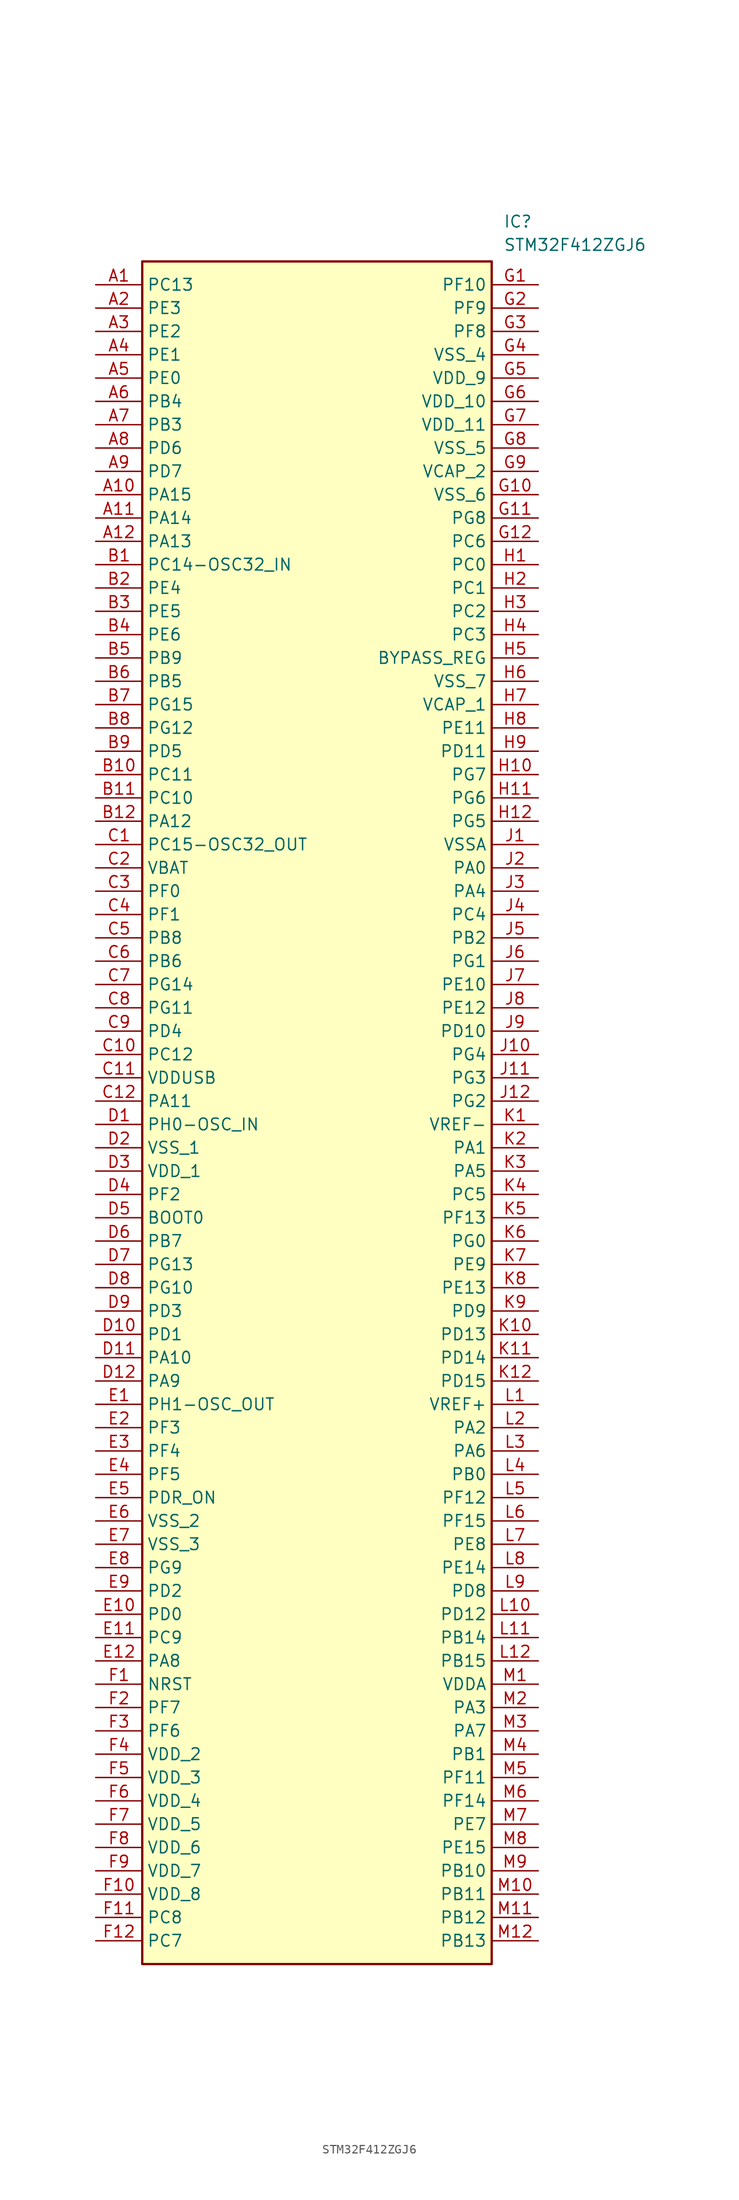
<source format=kicad_sym>
(kicad_symbol_lib
  (version 20211014)
  (generator SamacSys_ECAD_Model)
  (symbol "STM32F412ZGJ6"
    (property "Reference" "IC"
      (at 44.45 7.62 0)
      (effects (font (size 1.27 1.27)) (justify left top)))
    (property "Value" "STM32F412ZGJ6"
      (at 44.45 5.08 0)
      (effects (font (size 1.27 1.27)) (justify left top)))
    (rectangle
      (start 5.08 2.54)
      (end 43.18 -182.88)
      (stroke (width 0.254) (type default))
      (fill (type background)))
    (pin passive line
      (at 0 0 0)
      (length 5.08)
      (name "PC13" (effects (font (size 1.27 1.27))))
      (number "A1" (effects (font (size 1.27 1.27)))))
    (pin passive line
      (at 0 -2.54 0)
      (length 5.08)
      (name "PE3" (effects (font (size 1.27 1.27))))
      (number "A2" (effects (font (size 1.27 1.27)))))
    (pin passive line
      (at 0 -5.08 0)
      (length 5.08)
      (name "PE2" (effects (font (size 1.27 1.27))))
      (number "A3" (effects (font (size 1.27 1.27)))))
    (pin passive line
      (at 0 -7.62 0)
      (length 5.08)
      (name "PE1" (effects (font (size 1.27 1.27))))
      (number "A4" (effects (font (size 1.27 1.27)))))
    (pin passive line
      (at 0 -10.16 0)
      (length 5.08)
      (name "PE0" (effects (font (size 1.27 1.27))))
      (number "A5" (effects (font (size 1.27 1.27)))))
    (pin passive line
      (at 0 -12.7 0)
      (length 5.08)
      (name "PB4" (effects (font (size 1.27 1.27))))
      (number "A6" (effects (font (size 1.27 1.27)))))
    (pin passive line
      (at 0 -15.24 0)
      (length 5.08)
      (name "PB3" (effects (font (size 1.27 1.27))))
      (number "A7" (effects (font (size 1.27 1.27)))))
    (pin passive line
      (at 0 -17.78 0)
      (length 5.08)
      (name "PD6" (effects (font (size 1.27 1.27))))
      (number "A8" (effects (font (size 1.27 1.27)))))
    (pin passive line
      (at 0 -20.32 0)
      (length 5.08)
      (name "PD7" (effects (font (size 1.27 1.27))))
      (number "A9" (effects (font (size 1.27 1.27)))))
    (pin passive line
      (at 0 -22.86 0)
      (length 5.08)
      (name "PA15" (effects (font (size 1.27 1.27))))
      (number "A10" (effects (font (size 1.27 1.27)))))
    (pin passive line
      (at 0 -25.4 0)
      (length 5.08)
      (name "PA14" (effects (font (size 1.27 1.27))))
      (number "A11" (effects (font (size 1.27 1.27)))))
    (pin passive line
      (at 0 -27.94 0)
      (length 5.08)
      (name "PA13" (effects (font (size 1.27 1.27))))
      (number "A12" (effects (font (size 1.27 1.27)))))
    (pin passive line
      (at 0 -30.48 0)
      (length 5.08)
      (name "PC14-OSC32_IN" (effects (font (size 1.27 1.27))))
      (number "B1" (effects (font (size 1.27 1.27)))))
    (pin passive line
      (at 0 -33.02 0)
      (length 5.08)
      (name "PE4" (effects (font (size 1.27 1.27))))
      (number "B2" (effects (font (size 1.27 1.27)))))
    (pin passive line
      (at 0 -35.56 0)
      (length 5.08)
      (name "PE5" (effects (font (size 1.27 1.27))))
      (number "B3" (effects (font (size 1.27 1.27)))))
    (pin passive line
      (at 0 -38.1 0)
      (length 5.08)
      (name "PE6" (effects (font (size 1.27 1.27))))
      (number "B4" (effects (font (size 1.27 1.27)))))
    (pin passive line
      (at 0 -40.64 0)
      (length 5.08)
      (name "PB9" (effects (font (size 1.27 1.27))))
      (number "B5" (effects (font (size 1.27 1.27)))))
    (pin passive line
      (at 0 -43.18 0)
      (length 5.08)
      (name "PB5" (effects (font (size 1.27 1.27))))
      (number "B6" (effects (font (size 1.27 1.27)))))
    (pin passive line
      (at 0 -45.72 0)
      (length 5.08)
      (name "PG15" (effects (font (size 1.27 1.27))))
      (number "B7" (effects (font (size 1.27 1.27)))))
    (pin passive line
      (at 0 -48.26 0)
      (length 5.08)
      (name "PG12" (effects (font (size 1.27 1.27))))
      (number "B8" (effects (font (size 1.27 1.27)))))
    (pin passive line
      (at 0 -50.8 0)
      (length 5.08)
      (name "PD5" (effects (font (size 1.27 1.27))))
      (number "B9" (effects (font (size 1.27 1.27)))))
    (pin passive line
      (at 0 -53.34 0)
      (length 5.08)
      (name "PC11" (effects (font (size 1.27 1.27))))
      (number "B10" (effects (font (size 1.27 1.27)))))
    (pin passive line
      (at 0 -55.88 0)
      (length 5.08)
      (name "PC10" (effects (font (size 1.27 1.27))))
      (number "B11" (effects (font (size 1.27 1.27)))))
    (pin passive line
      (at 0 -58.42 0)
      (length 5.08)
      (name "PA12" (effects (font (size 1.27 1.27))))
      (number "B12" (effects (font (size 1.27 1.27)))))
    (pin passive line
      (at 0 -60.96 0)
      (length 5.08)
      (name "PC15-OSC32_OUT" (effects (font (size 1.27 1.27))))
      (number "C1" (effects (font (size 1.27 1.27)))))
    (pin passive line
      (at 0 -63.5 0)
      (length 5.08)
      (name "VBAT" (effects (font (size 1.27 1.27))))
      (number "C2" (effects (font (size 1.27 1.27)))))
    (pin passive line
      (at 0 -66.04 0)
      (length 5.08)
      (name "PF0" (effects (font (size 1.27 1.27))))
      (number "C3" (effects (font (size 1.27 1.27)))))
    (pin passive line
      (at 0 -68.58 0)
      (length 5.08)
      (name "PF1" (effects (font (size 1.27 1.27))))
      (number "C4" (effects (font (size 1.27 1.27)))))
    (pin passive line
      (at 0 -71.12 0)
      (length 5.08)
      (name "PB8" (effects (font (size 1.27 1.27))))
      (number "C5" (effects (font (size 1.27 1.27)))))
    (pin passive line
      (at 0 -73.66 0)
      (length 5.08)
      (name "PB6" (effects (font (size 1.27 1.27))))
      (number "C6" (effects (font (size 1.27 1.27)))))
    (pin passive line
      (at 0 -76.2 0)
      (length 5.08)
      (name "PG14" (effects (font (size 1.27 1.27))))
      (number "C7" (effects (font (size 1.27 1.27)))))
    (pin passive line
      (at 0 -78.74 0)
      (length 5.08)
      (name "PG11" (effects (font (size 1.27 1.27))))
      (number "C8" (effects (font (size 1.27 1.27)))))
    (pin passive line
      (at 0 -81.28 0)
      (length 5.08)
      (name "PD4" (effects (font (size 1.27 1.27))))
      (number "C9" (effects (font (size 1.27 1.27)))))
    (pin passive line
      (at 0 -83.82 0)
      (length 5.08)
      (name "PC12" (effects (font (size 1.27 1.27))))
      (number "C10" (effects (font (size 1.27 1.27)))))
    (pin passive line
      (at 0 -86.36 0)
      (length 5.08)
      (name "VDDUSB" (effects (font (size 1.27 1.27))))
      (number "C11" (effects (font (size 1.27 1.27)))))
    (pin passive line
      (at 0 -88.9 0)
      (length 5.08)
      (name "PA11" (effects (font (size 1.27 1.27))))
      (number "C12" (effects (font (size 1.27 1.27)))))
    (pin passive line
      (at 0 -91.44 0)
      (length 5.08)
      (name "PH0-OSC_IN" (effects (font (size 1.27 1.27))))
      (number "D1" (effects (font (size 1.27 1.27)))))
    (pin passive line
      (at 0 -93.98 0)
      (length 5.08)
      (name "VSS_1" (effects (font (size 1.27 1.27))))
      (number "D2" (effects (font (size 1.27 1.27)))))
    (pin passive line
      (at 0 -96.52 0)
      (length 5.08)
      (name "VDD_1" (effects (font (size 1.27 1.27))))
      (number "D3" (effects (font (size 1.27 1.27)))))
    (pin passive line
      (at 0 -99.06 0)
      (length 5.08)
      (name "PF2" (effects (font (size 1.27 1.27))))
      (number "D4" (effects (font (size 1.27 1.27)))))
    (pin passive line
      (at 0 -101.6 0)
      (length 5.08)
      (name "BOOT0" (effects (font (size 1.27 1.27))))
      (number "D5" (effects (font (size 1.27 1.27)))))
    (pin passive line
      (at 0 -104.14 0)
      (length 5.08)
      (name "PB7" (effects (font (size 1.27 1.27))))
      (number "D6" (effects (font (size 1.27 1.27)))))
    (pin passive line
      (at 0 -106.68 0)
      (length 5.08)
      (name "PG13" (effects (font (size 1.27 1.27))))
      (number "D7" (effects (font (size 1.27 1.27)))))
    (pin passive line
      (at 0 -109.22 0)
      (length 5.08)
      (name "PG10" (effects (font (size 1.27 1.27))))
      (number "D8" (effects (font (size 1.27 1.27)))))
    (pin passive line
      (at 0 -111.76 0)
      (length 5.08)
      (name "PD3" (effects (font (size 1.27 1.27))))
      (number "D9" (effects (font (size 1.27 1.27)))))
    (pin passive line
      (at 0 -114.3 0)
      (length 5.08)
      (name "PD1" (effects (font (size 1.27 1.27))))
      (number "D10" (effects (font (size 1.27 1.27)))))
    (pin passive line
      (at 0 -116.84 0)
      (length 5.08)
      (name "PA10" (effects (font (size 1.27 1.27))))
      (number "D11" (effects (font (size 1.27 1.27)))))
    (pin passive line
      (at 0 -119.38 0)
      (length 5.08)
      (name "PA9" (effects (font (size 1.27 1.27))))
      (number "D12" (effects (font (size 1.27 1.27)))))
    (pin passive line
      (at 0 -121.92 0)
      (length 5.08)
      (name "PH1-OSC_OUT" (effects (font (size 1.27 1.27))))
      (number "E1" (effects (font (size 1.27 1.27)))))
    (pin passive line
      (at 0 -124.46 0)
      (length 5.08)
      (name "PF3" (effects (font (size 1.27 1.27))))
      (number "E2" (effects (font (size 1.27 1.27)))))
    (pin passive line
      (at 0 -127 0)
      (length 5.08)
      (name "PF4" (effects (font (size 1.27 1.27))))
      (number "E3" (effects (font (size 1.27 1.27)))))
    (pin passive line
      (at 0 -129.54 0)
      (length 5.08)
      (name "PF5" (effects (font (size 1.27 1.27))))
      (number "E4" (effects (font (size 1.27 1.27)))))
    (pin passive line
      (at 0 -132.08 0)
      (length 5.08)
      (name "PDR_ON" (effects (font (size 1.27 1.27))))
      (number "E5" (effects (font (size 1.27 1.27)))))
    (pin passive line
      (at 0 -134.62 0)
      (length 5.08)
      (name "VSS_2" (effects (font (size 1.27 1.27))))
      (number "E6" (effects (font (size 1.27 1.27)))))
    (pin passive line
      (at 0 -137.16 0)
      (length 5.08)
      (name "VSS_3" (effects (font (size 1.27 1.27))))
      (number "E7" (effects (font (size 1.27 1.27)))))
    (pin passive line
      (at 0 -139.7 0)
      (length 5.08)
      (name "PG9" (effects (font (size 1.27 1.27))))
      (number "E8" (effects (font (size 1.27 1.27)))))
    (pin passive line
      (at 0 -142.24 0)
      (length 5.08)
      (name "PD2" (effects (font (size 1.27 1.27))))
      (number "E9" (effects (font (size 1.27 1.27)))))
    (pin passive line
      (at 0 -144.78 0)
      (length 5.08)
      (name "PD0" (effects (font (size 1.27 1.27))))
      (number "E10" (effects (font (size 1.27 1.27)))))
    (pin passive line
      (at 0 -147.32 0)
      (length 5.08)
      (name "PC9" (effects (font (size 1.27 1.27))))
      (number "E11" (effects (font (size 1.27 1.27)))))
    (pin passive line
      (at 0 -149.86 0)
      (length 5.08)
      (name "PA8" (effects (font (size 1.27 1.27))))
      (number "E12" (effects (font (size 1.27 1.27)))))
    (pin passive line
      (at 0 -152.4 0)
      (length 5.08)
      (name "NRST" (effects (font (size 1.27 1.27))))
      (number "F1" (effects (font (size 1.27 1.27)))))
    (pin passive line
      (at 0 -154.94 0)
      (length 5.08)
      (name "PF7" (effects (font (size 1.27 1.27))))
      (number "F2" (effects (font (size 1.27 1.27)))))
    (pin passive line
      (at 0 -157.48 0)
      (length 5.08)
      (name "PF6" (effects (font (size 1.27 1.27))))
      (number "F3" (effects (font (size 1.27 1.27)))))
    (pin passive line
      (at 0 -160.02 0)
      (length 5.08)
      (name "VDD_2" (effects (font (size 1.27 1.27))))
      (number "F4" (effects (font (size 1.27 1.27)))))
    (pin passive line
      (at 0 -162.56 0)
      (length 5.08)
      (name "VDD_3" (effects (font (size 1.27 1.27))))
      (number "F5" (effects (font (size 1.27 1.27)))))
    (pin passive line
      (at 0 -165.1 0)
      (length 5.08)
      (name "VDD_4" (effects (font (size 1.27 1.27))))
      (number "F6" (effects (font (size 1.27 1.27)))))
    (pin passive line
      (at 0 -167.64 0)
      (length 5.08)
      (name "VDD_5" (effects (font (size 1.27 1.27))))
      (number "F7" (effects (font (size 1.27 1.27)))))
    (pin passive line
      (at 0 -170.18 0)
      (length 5.08)
      (name "VDD_6" (effects (font (size 1.27 1.27))))
      (number "F8" (effects (font (size 1.27 1.27)))))
    (pin passive line
      (at 0 -172.72 0)
      (length 5.08)
      (name "VDD_7" (effects (font (size 1.27 1.27))))
      (number "F9" (effects (font (size 1.27 1.27)))))
    (pin passive line
      (at 0 -175.26 0)
      (length 5.08)
      (name "VDD_8" (effects (font (size 1.27 1.27))))
      (number "F10" (effects (font (size 1.27 1.27)))))
    (pin passive line
      (at 0 -177.8 0)
      (length 5.08)
      (name "PC8" (effects (font (size 1.27 1.27))))
      (number "F11" (effects (font (size 1.27 1.27)))))
    (pin passive line
      (at 0 -180.34 0)
      (length 5.08)
      (name "PC7" (effects (font (size 1.27 1.27))))
      (number "F12" (effects (font (size 1.27 1.27)))))
    (pin passive line
      (at 48.26 0 180)
      (length 5.08)
      (name "PF10" (effects (font (size 1.27 1.27))))
      (number "G1" (effects (font (size 1.27 1.27)))))
    (pin passive line
      (at 48.26 -2.54 180)
      (length 5.08)
      (name "PF9" (effects (font (size 1.27 1.27))))
      (number "G2" (effects (font (size 1.27 1.27)))))
    (pin passive line
      (at 48.26 -5.08 180)
      (length 5.08)
      (name "PF8" (effects (font (size 1.27 1.27))))
      (number "G3" (effects (font (size 1.27 1.27)))))
    (pin passive line
      (at 48.26 -7.62 180)
      (length 5.08)
      (name "VSS_4" (effects (font (size 1.27 1.27))))
      (number "G4" (effects (font (size 1.27 1.27)))))
    (pin passive line
      (at 48.26 -10.16 180)
      (length 5.08)
      (name "VDD_9" (effects (font (size 1.27 1.27))))
      (number "G5" (effects (font (size 1.27 1.27)))))
    (pin passive line
      (at 48.26 -12.7 180)
      (length 5.08)
      (name "VDD_10" (effects (font (size 1.27 1.27))))
      (number "G6" (effects (font (size 1.27 1.27)))))
    (pin passive line
      (at 48.26 -15.24 180)
      (length 5.08)
      (name "VDD_11" (effects (font (size 1.27 1.27))))
      (number "G7" (effects (font (size 1.27 1.27)))))
    (pin passive line
      (at 48.26 -17.78 180)
      (length 5.08)
      (name "VSS_5" (effects (font (size 1.27 1.27))))
      (number "G8" (effects (font (size 1.27 1.27)))))
    (pin passive line
      (at 48.26 -20.32 180)
      (length 5.08)
      (name "VCAP_2" (effects (font (size 1.27 1.27))))
      (number "G9" (effects (font (size 1.27 1.27)))))
    (pin passive line
      (at 48.26 -22.86 180)
      (length 5.08)
      (name "VSS_6" (effects (font (size 1.27 1.27))))
      (number "G10" (effects (font (size 1.27 1.27)))))
    (pin passive line
      (at 48.26 -25.4 180)
      (length 5.08)
      (name "PG8" (effects (font (size 1.27 1.27))))
      (number "G11" (effects (font (size 1.27 1.27)))))
    (pin passive line
      (at 48.26 -27.94 180)
      (length 5.08)
      (name "PC6" (effects (font (size 1.27 1.27))))
      (number "G12" (effects (font (size 1.27 1.27)))))
    (pin passive line
      (at 48.26 -30.48 180)
      (length 5.08)
      (name "PC0" (effects (font (size 1.27 1.27))))
      (number "H1" (effects (font (size 1.27 1.27)))))
    (pin passive line
      (at 48.26 -33.02 180)
      (length 5.08)
      (name "PC1" (effects (font (size 1.27 1.27))))
      (number "H2" (effects (font (size 1.27 1.27)))))
    (pin passive line
      (at 48.26 -35.56 180)
      (length 5.08)
      (name "PC2" (effects (font (size 1.27 1.27))))
      (number "H3" (effects (font (size 1.27 1.27)))))
    (pin passive line
      (at 48.26 -38.1 180)
      (length 5.08)
      (name "PC3" (effects (font (size 1.27 1.27))))
      (number "H4" (effects (font (size 1.27 1.27)))))
    (pin passive line
      (at 48.26 -40.64 180)
      (length 5.08)
      (name "BYPASS_REG" (effects (font (size 1.27 1.27))))
      (number "H5" (effects (font (size 1.27 1.27)))))
    (pin passive line
      (at 48.26 -43.18 180)
      (length 5.08)
      (name "VSS_7" (effects (font (size 1.27 1.27))))
      (number "H6" (effects (font (size 1.27 1.27)))))
    (pin passive line
      (at 48.26 -45.72 180)
      (length 5.08)
      (name "VCAP_1" (effects (font (size 1.27 1.27))))
      (number "H7" (effects (font (size 1.27 1.27)))))
    (pin passive line
      (at 48.26 -48.26 180)
      (length 5.08)
      (name "PE11" (effects (font (size 1.27 1.27))))
      (number "H8" (effects (font (size 1.27 1.27)))))
    (pin passive line
      (at 48.26 -50.8 180)
      (length 5.08)
      (name "PD11" (effects (font (size 1.27 1.27))))
      (number "H9" (effects (font (size 1.27 1.27)))))
    (pin passive line
      (at 48.26 -53.34 180)
      (length 5.08)
      (name "PG7" (effects (font (size 1.27 1.27))))
      (number "H10" (effects (font (size 1.27 1.27)))))
    (pin passive line
      (at 48.26 -55.88 180)
      (length 5.08)
      (name "PG6" (effects (font (size 1.27 1.27))))
      (number "H11" (effects (font (size 1.27 1.27)))))
    (pin passive line
      (at 48.26 -58.42 180)
      (length 5.08)
      (name "PG5" (effects (font (size 1.27 1.27))))
      (number "H12" (effects (font (size 1.27 1.27)))))
    (pin passive line
      (at 48.26 -60.96 180)
      (length 5.08)
      (name "VSSA" (effects (font (size 1.27 1.27))))
      (number "J1" (effects (font (size 1.27 1.27)))))
    (pin passive line
      (at 48.26 -63.5 180)
      (length 5.08)
      (name "PA0" (effects (font (size 1.27 1.27))))
      (number "J2" (effects (font (size 1.27 1.27)))))
    (pin passive line
      (at 48.26 -66.04 180)
      (length 5.08)
      (name "PA4" (effects (font (size 1.27 1.27))))
      (number "J3" (effects (font (size 1.27 1.27)))))
    (pin passive line
      (at 48.26 -68.58 180)
      (length 5.08)
      (name "PC4" (effects (font (size 1.27 1.27))))
      (number "J4" (effects (font (size 1.27 1.27)))))
    (pin passive line
      (at 48.26 -71.12 180)
      (length 5.08)
      (name "PB2" (effects (font (size 1.27 1.27))))
      (number "J5" (effects (font (size 1.27 1.27)))))
    (pin passive line
      (at 48.26 -73.66 180)
      (length 5.08)
      (name "PG1" (effects (font (size 1.27 1.27))))
      (number "J6" (effects (font (size 1.27 1.27)))))
    (pin passive line
      (at 48.26 -76.2 180)
      (length 5.08)
      (name "PE10" (effects (font (size 1.27 1.27))))
      (number "J7" (effects (font (size 1.27 1.27)))))
    (pin passive line
      (at 48.26 -78.74 180)
      (length 5.08)
      (name "PE12" (effects (font (size 1.27 1.27))))
      (number "J8" (effects (font (size 1.27 1.27)))))
    (pin passive line
      (at 48.26 -81.28 180)
      (length 5.08)
      (name "PD10" (effects (font (size 1.27 1.27))))
      (number "J9" (effects (font (size 1.27 1.27)))))
    (pin passive line
      (at 48.26 -83.82 180)
      (length 5.08)
      (name "PG4" (effects (font (size 1.27 1.27))))
      (number "J10" (effects (font (size 1.27 1.27)))))
    (pin passive line
      (at 48.26 -86.36 180)
      (length 5.08)
      (name "PG3" (effects (font (size 1.27 1.27))))
      (number "J11" (effects (font (size 1.27 1.27)))))
    (pin passive line
      (at 48.26 -88.9 180)
      (length 5.08)
      (name "PG2" (effects (font (size 1.27 1.27))))
      (number "J12" (effects (font (size 1.27 1.27)))))
    (pin passive line
      (at 48.26 -91.44 180)
      (length 5.08)
      (name "VREF-" (effects (font (size 1.27 1.27))))
      (number "K1" (effects (font (size 1.27 1.27)))))
    (pin passive line
      (at 48.26 -93.98 180)
      (length 5.08)
      (name "PA1" (effects (font (size 1.27 1.27))))
      (number "K2" (effects (font (size 1.27 1.27)))))
    (pin passive line
      (at 48.26 -96.52 180)
      (length 5.08)
      (name "PA5" (effects (font (size 1.27 1.27))))
      (number "K3" (effects (font (size 1.27 1.27)))))
    (pin passive line
      (at 48.26 -99.06 180)
      (length 5.08)
      (name "PC5" (effects (font (size 1.27 1.27))))
      (number "K4" (effects (font (size 1.27 1.27)))))
    (pin passive line
      (at 48.26 -101.6 180)
      (length 5.08)
      (name "PF13" (effects (font (size 1.27 1.27))))
      (number "K5" (effects (font (size 1.27 1.27)))))
    (pin passive line
      (at 48.26 -104.14 180)
      (length 5.08)
      (name "PG0" (effects (font (size 1.27 1.27))))
      (number "K6" (effects (font (size 1.27 1.27)))))
    (pin passive line
      (at 48.26 -106.68 180)
      (length 5.08)
      (name "PE9" (effects (font (size 1.27 1.27))))
      (number "K7" (effects (font (size 1.27 1.27)))))
    (pin passive line
      (at 48.26 -109.22 180)
      (length 5.08)
      (name "PE13" (effects (font (size 1.27 1.27))))
      (number "K8" (effects (font (size 1.27 1.27)))))
    (pin passive line
      (at 48.26 -111.76 180)
      (length 5.08)
      (name "PD9" (effects (font (size 1.27 1.27))))
      (number "K9" (effects (font (size 1.27 1.27)))))
    (pin passive line
      (at 48.26 -114.3 180)
      (length 5.08)
      (name "PD13" (effects (font (size 1.27 1.27))))
      (number "K10" (effects (font (size 1.27 1.27)))))
    (pin passive line
      (at 48.26 -116.84 180)
      (length 5.08)
      (name "PD14" (effects (font (size 1.27 1.27))))
      (number "K11" (effects (font (size 1.27 1.27)))))
    (pin passive line
      (at 48.26 -119.38 180)
      (length 5.08)
      (name "PD15" (effects (font (size 1.27 1.27))))
      (number "K12" (effects (font (size 1.27 1.27)))))
    (pin passive line
      (at 48.26 -121.92 180)
      (length 5.08)
      (name "VREF+" (effects (font (size 1.27 1.27))))
      (number "L1" (effects (font (size 1.27 1.27)))))
    (pin passive line
      (at 48.26 -124.46 180)
      (length 5.08)
      (name "PA2" (effects (font (size 1.27 1.27))))
      (number "L2" (effects (font (size 1.27 1.27)))))
    (pin passive line
      (at 48.26 -127 180)
      (length 5.08)
      (name "PA6" (effects (font (size 1.27 1.27))))
      (number "L3" (effects (font (size 1.27 1.27)))))
    (pin passive line
      (at 48.26 -129.54 180)
      (length 5.08)
      (name "PB0" (effects (font (size 1.27 1.27))))
      (number "L4" (effects (font (size 1.27 1.27)))))
    (pin passive line
      (at 48.26 -132.08 180)
      (length 5.08)
      (name "PF12" (effects (font (size 1.27 1.27))))
      (number "L5" (effects (font (size 1.27 1.27)))))
    (pin passive line
      (at 48.26 -134.62 180)
      (length 5.08)
      (name "PF15" (effects (font (size 1.27 1.27))))
      (number "L6" (effects (font (size 1.27 1.27)))))
    (pin passive line
      (at 48.26 -137.16 180)
      (length 5.08)
      (name "PE8" (effects (font (size 1.27 1.27))))
      (number "L7" (effects (font (size 1.27 1.27)))))
    (pin passive line
      (at 48.26 -139.7 180)
      (length 5.08)
      (name "PE14" (effects (font (size 1.27 1.27))))
      (number "L8" (effects (font (size 1.27 1.27)))))
    (pin passive line
      (at 48.26 -142.24 180)
      (length 5.08)
      (name "PD8" (effects (font (size 1.27 1.27))))
      (number "L9" (effects (font (size 1.27 1.27)))))
    (pin passive line
      (at 48.26 -144.78 180)
      (length 5.08)
      (name "PD12" (effects (font (size 1.27 1.27))))
      (number "L10" (effects (font (size 1.27 1.27)))))
    (pin passive line
      (at 48.26 -147.32 180)
      (length 5.08)
      (name "PB14" (effects (font (size 1.27 1.27))))
      (number "L11" (effects (font (size 1.27 1.27)))))
    (pin passive line
      (at 48.26 -149.86 180)
      (length 5.08)
      (name "PB15" (effects (font (size 1.27 1.27))))
      (number "L12" (effects (font (size 1.27 1.27)))))
    (pin passive line
      (at 48.26 -152.4 180)
      (length 5.08)
      (name "VDDA" (effects (font (size 1.27 1.27))))
      (number "M1" (effects (font (size 1.27 1.27)))))
    (pin passive line
      (at 48.26 -154.94 180)
      (length 5.08)
      (name "PA3" (effects (font (size 1.27 1.27))))
      (number "M2" (effects (font (size 1.27 1.27)))))
    (pin passive line
      (at 48.26 -157.48 180)
      (length 5.08)
      (name "PA7" (effects (font (size 1.27 1.27))))
      (number "M3" (effects (font (size 1.27 1.27)))))
    (pin passive line
      (at 48.26 -160.02 180)
      (length 5.08)
      (name "PB1" (effects (font (size 1.27 1.27))))
      (number "M4" (effects (font (size 1.27 1.27)))))
    (pin passive line
      (at 48.26 -162.56 180)
      (length 5.08)
      (name "PF11" (effects (font (size 1.27 1.27))))
      (number "M5" (effects (font (size 1.27 1.27)))))
    (pin passive line
      (at 48.26 -165.1 180)
      (length 5.08)
      (name "PF14" (effects (font (size 1.27 1.27))))
      (number "M6" (effects (font (size 1.27 1.27)))))
    (pin passive line
      (at 48.26 -167.64 180)
      (length 5.08)
      (name "PE7" (effects (font (size 1.27 1.27))))
      (number "M7" (effects (font (size 1.27 1.27)))))
    (pin passive line
      (at 48.26 -170.18 180)
      (length 5.08)
      (name "PE15" (effects (font (size 1.27 1.27))))
      (number "M8" (effects (font (size 1.27 1.27)))))
    (pin passive line
      (at 48.26 -172.72 180)
      (length 5.08)
      (name "PB10" (effects (font (size 1.27 1.27))))
      (number "M9" (effects (font (size 1.27 1.27)))))
    (pin passive line
      (at 48.26 -175.26 180)
      (length 5.08)
      (name "PB11" (effects (font (size 1.27 1.27))))
      (number "M10" (effects (font (size 1.27 1.27)))))
    (pin passive line
      (at 48.26 -177.8 180)
      (length 5.08)
      (name "PB12" (effects (font (size 1.27 1.27))))
      (number "M11" (effects (font (size 1.27 1.27)))))
    (pin passive line
      (at 48.26 -180.34 180)
      (length 5.08)
      (name "PB13" (effects (font (size 1.27 1.27))))
      (number "M12" (effects (font (size 1.27 1.27)))))))
</source>
